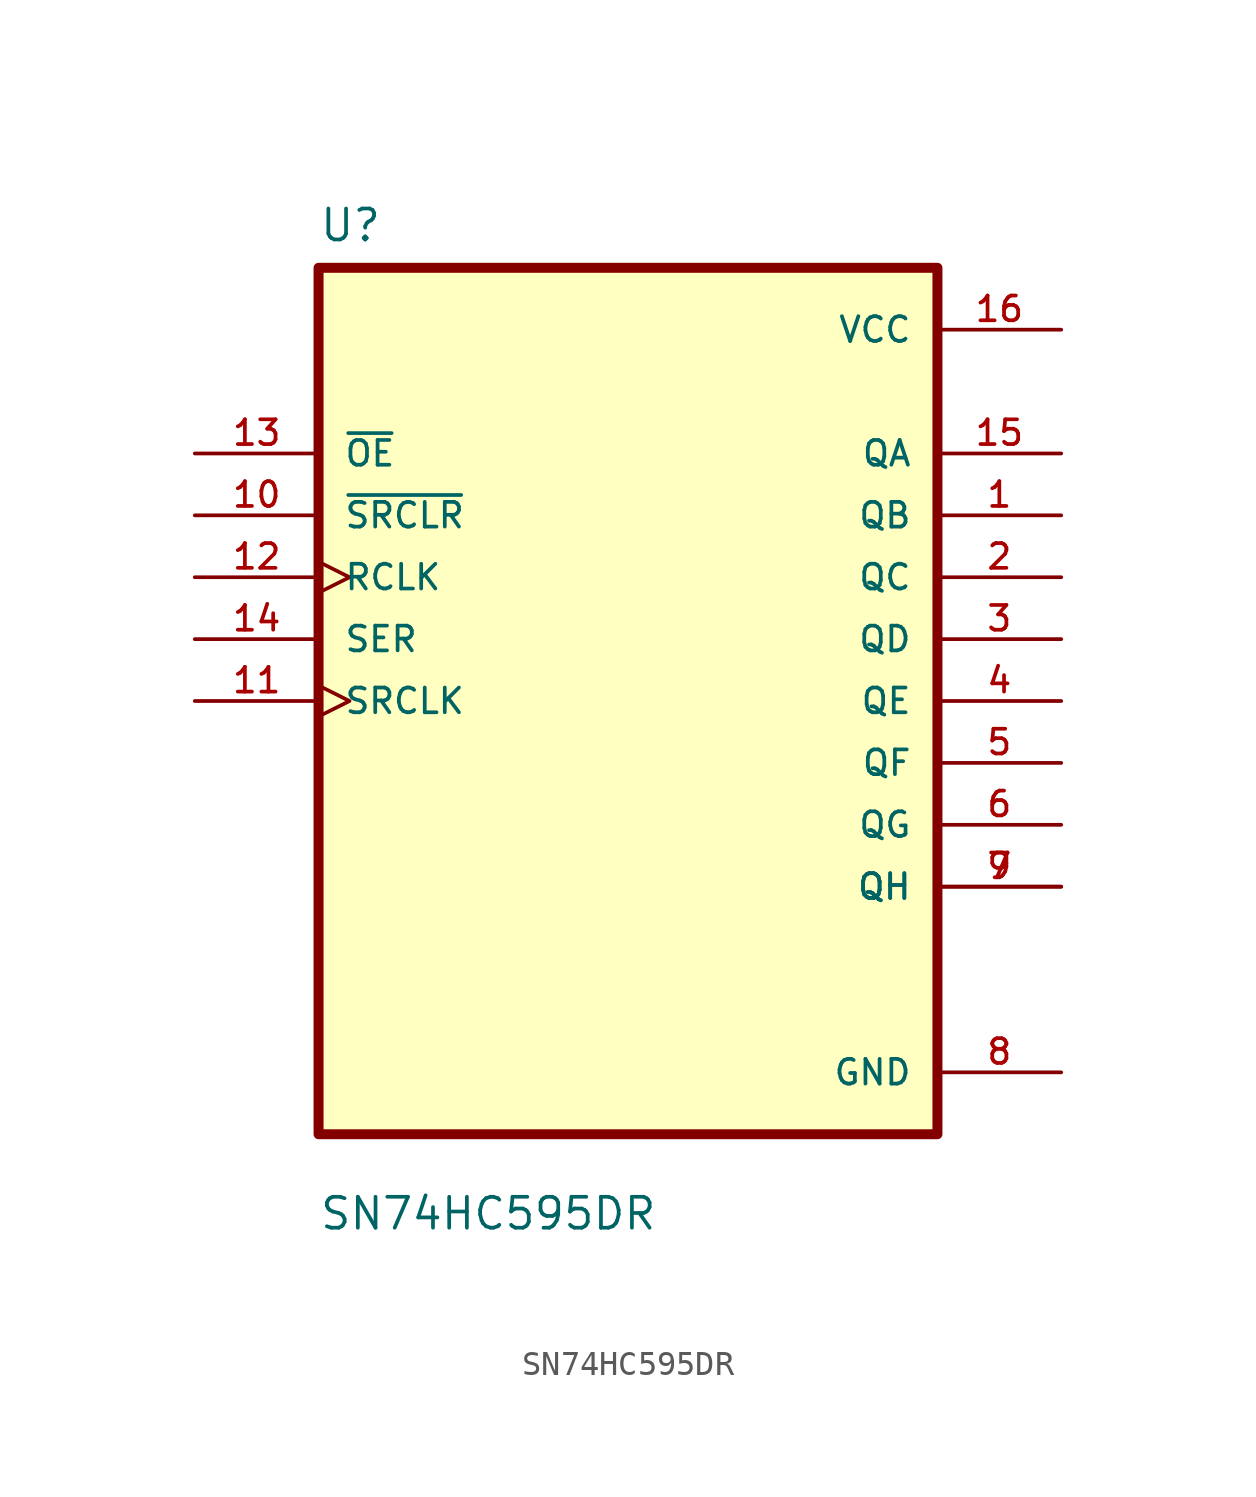
<source format=kicad_sym>
(kicad_symbol_lib
  (version 20211014)
  (generator kicad_symbol_editor)
  (symbol "SN74HC595DR"
    (pin_names
      (offset 1.016))
    (property "Reference" "U"
      (at -12.7 18.78 0.0)
      (effects (font (size 1.27 1.27)) (justify bottom left)))
    (property "Value" "SN74HC595DR"
      (at -12.7 -21.78 0.0)
      (effects (font (size 1.27 1.27)) (justify bottom left)))
    (symbol "SN74HC595DR_0_0"
      (rectangle (start -12.7 -17.78) (end 12.7 17.78) (stroke (width 0.41)) (fill (type background)))
      (pin input line (at -17.78 10.16 0) (length 5.08) (name "~{OE}" (effects (font (size 1.016 1.016)))) (number "13" (effects (font (size 1.016 1.016)))))
      (pin input line (at -17.78 7.62 0) (length 5.08) (name "~{SRCLR}" (effects (font (size 1.016 1.016)))) (number "10" (effects (font (size 1.016 1.016)))))
      (pin input clock (at -17.78 5.08 0) (length 5.08) (name "RCLK" (effects (font (size 1.016 1.016)))) (number "12" (effects (font (size 1.016 1.016)))))
      (pin input line (at -17.78 2.54 0) (length 5.08) (name "SER" (effects (font (size 1.016 1.016)))) (number "14" (effects (font (size 1.016 1.016)))))
      (pin input clock (at -17.78 0.0 0) (length 5.08) (name "SRCLK" (effects (font (size 1.016 1.016)))) (number "11" (effects (font (size 1.016 1.016)))))
      (pin power_in line (at 17.78 15.24 180.0) (length 5.08) (name "VCC" (effects (font (size 1.016 1.016)))) (number "16" (effects (font (size 1.016 1.016)))))
      (pin output line (at 17.78 10.16 180.0) (length 5.08) (name "QA" (effects (font (size 1.016 1.016)))) (number "15" (effects (font (size 1.016 1.016)))))
      (pin output line (at 17.78 7.62 180.0) (length 5.08) (name "QB" (effects (font (size 1.016 1.016)))) (number "1" (effects (font (size 1.016 1.016)))))
      (pin output line (at 17.78 5.08 180.0) (length 5.08) (name "QC" (effects (font (size 1.016 1.016)))) (number "2" (effects (font (size 1.016 1.016)))))
      (pin output line (at 17.78 2.54 180.0) (length 5.08) (name "QD" (effects (font (size 1.016 1.016)))) (number "3" (effects (font (size 1.016 1.016)))))
      (pin output line (at 17.78 1.77636e-15 180.0) (length 5.08) (name "QE" (effects (font (size 1.016 1.016)))) (number "4" (effects (font (size 1.016 1.016)))))
      (pin output line (at 17.78 -2.54 180.0) (length 5.08) (name "QF" (effects (font (size 1.016 1.016)))) (number "5" (effects (font (size 1.016 1.016)))))
      (pin output line (at 17.78 -5.08 180.0) (length 5.08) (name "QG" (effects (font (size 1.016 1.016)))) (number "6" (effects (font (size 1.016 1.016)))))
      (pin output line (at 17.78 -7.62 180.0) (length 5.08) (name "QH" (effects (font (size 1.016 1.016)))) (number "9" (effects (font (size 1.016 1.016)))))
      (pin output line (at 17.78 -7.62 180.0) (length 5.08) (name "QH" (effects (font (size 1.016 1.016)))) (number "7" (effects (font (size 1.016 1.016)))))
      (pin power_in line (at 17.78 -15.24 180.0) (length 5.08) (name "GND" (effects (font (size 1.016 1.016)))) (number "8" (effects (font (size 1.016 1.016))))))))
</source>
